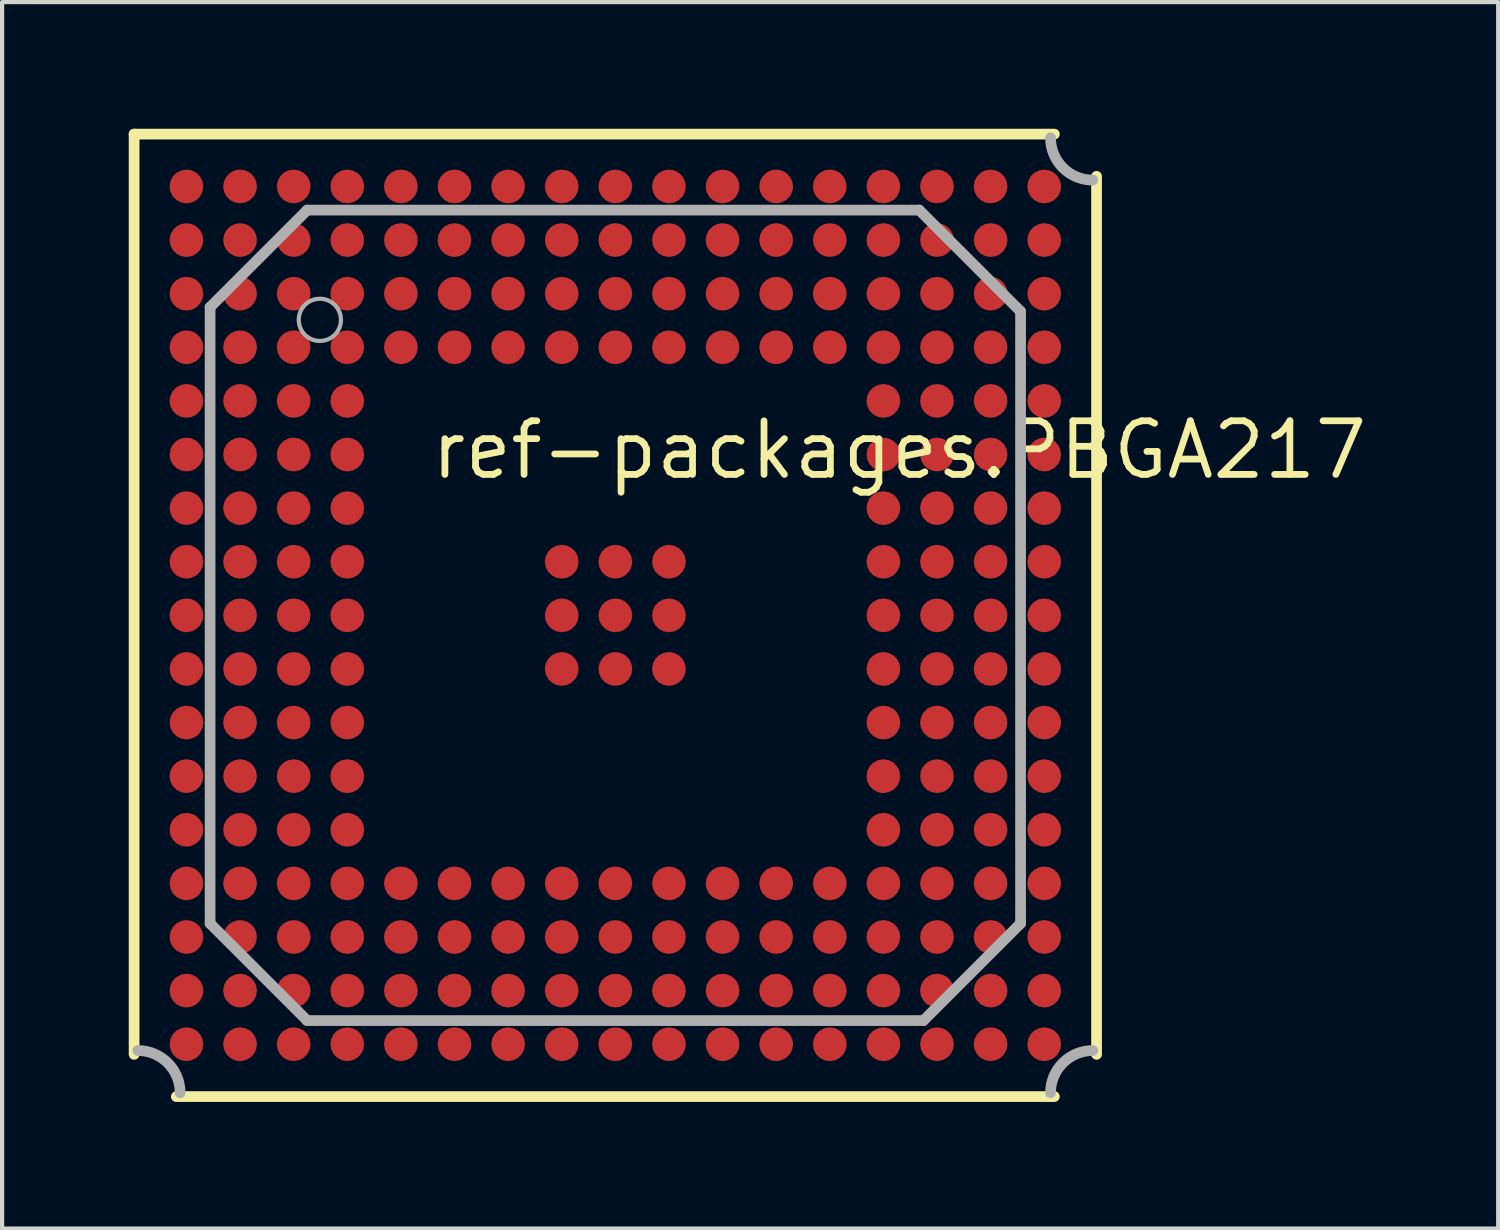
<source format=kicad_pcb>
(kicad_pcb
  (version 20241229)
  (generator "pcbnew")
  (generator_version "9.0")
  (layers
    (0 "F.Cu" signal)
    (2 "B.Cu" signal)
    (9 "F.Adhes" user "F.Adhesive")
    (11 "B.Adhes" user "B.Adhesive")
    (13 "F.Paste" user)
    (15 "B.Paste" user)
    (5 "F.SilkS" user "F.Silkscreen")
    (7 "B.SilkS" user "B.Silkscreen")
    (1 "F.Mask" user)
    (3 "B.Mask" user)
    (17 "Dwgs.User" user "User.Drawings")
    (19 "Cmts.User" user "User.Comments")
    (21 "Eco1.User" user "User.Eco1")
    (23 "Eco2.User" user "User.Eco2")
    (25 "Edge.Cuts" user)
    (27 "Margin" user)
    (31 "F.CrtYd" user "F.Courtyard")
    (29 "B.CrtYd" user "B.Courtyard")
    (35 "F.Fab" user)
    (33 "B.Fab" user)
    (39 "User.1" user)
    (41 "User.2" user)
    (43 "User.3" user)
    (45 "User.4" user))
  (footprint "ref-packages.PBGA217"
    (layer "F.Cu")
    (at 11.527 11.527)
    (property "Reference" "ref-packages.PBGA217" (at -4.445 -3.175 0) (layer "F.SilkS") (effects (font (size 1.27 1.27) (thickness 0.16)) (justify left bottom)))
    (attr smd)
    (fp_line (start -11.4 -11.4) (end 10.4 -11.4) (stroke (width 0.254) (type default)) (layer "F.SilkS"))
    (fp_line (start -11.4 10.4) (end -11.4 -11.4) (stroke (width 0.254) (type default)) (layer "F.SilkS"))
    (fp_line (start 10.4 11.4) (end -10.4 11.4) (stroke (width 0.254) (type default)) (layer "F.SilkS"))
    (fp_line (start 11.4 -10.4) (end 11.4 10.4) (stroke (width 0.254) (type default)) (layer "F.SilkS"))
    (fp_line (start -9.6 -7.3) (end -7.3 -9.6) (stroke (width 0.254) (type default)) (layer "F.Fab"))
    (fp_line (start -9.6 7.3) (end -9.6 -7.3) (stroke (width 0.254) (type default)) (layer "F.Fab"))
    (fp_line (start -7.3 -9.6) (end 7.2 -9.6) (stroke (width 0.254) (type default)) (layer "F.Fab"))
    (fp_line (start -7.3 9.6) (end -9.6 7.3) (stroke (width 0.254) (type default)) (layer "F.Fab"))
    (fp_line (start 7.2 -9.6) (end 9.6 -7.2) (stroke (width 0.254) (type default)) (layer "F.Fab"))
    (fp_line (start 7.3 9.6) (end -7.3 9.6) (stroke (width 0.254) (type default)) (layer "F.Fab"))
    (fp_line (start 9.6 -7.2) (end 9.6 7.3) (stroke (width 0.254) (type default)) (layer "F.Fab"))
    (fp_line (start 9.6 7.3) (end 7.3 9.6) (stroke (width 0.254) (type default)) (layer "F.Fab"))
    (fp_arc (start -11.3102 10.3102) (mid -10.603123 10.603123) (end -10.3102 11.3102) (stroke (width 0.254) (type default)) (layer "F.Fab"))
    (fp_arc (start 10.3102 11.3102) (mid 10.603123 10.603123) (end 11.3102 10.3102) (stroke (width 0.254) (type default)) (layer "F.Fab"))
    (fp_arc (start 11.3102 -10.3102) (mid 10.603123 -10.603123) (end 10.3102 -11.3102) (stroke (width 0.254) (type default)) (layer "F.Fab"))
    (fp_circle (center -7 -7) (end -6.5 -7) (stroke (width 0.1) (type default)) (fill no) (layer "F.Fab"))
    (pad "A1" smd roundrect (at -10.16 -10.16) (size 0.8 0.8) (layers "F.Cu" "F.Mask" "F.Paste") (roundrect_rratio 0.5))
    (pad "A2" smd roundrect (at -8.89 -10.16) (size 0.8 0.8) (layers "F.Cu" "F.Mask" "F.Paste") (roundrect_rratio 0.5))
    (pad "A3" smd roundrect (at -7.62 -10.16) (size 0.8 0.8) (layers "F.Cu" "F.Mask" "F.Paste") (roundrect_rratio 0.5))
    (pad "A4" smd roundrect (at -6.35 -10.16) (size 0.8 0.8) (layers "F.Cu" "F.Mask" "F.Paste") (roundrect_rratio 0.5))
    (pad "A5" smd roundrect (at -5.08 -10.16) (size 0.8 0.8) (layers "F.Cu" "F.Mask" "F.Paste") (roundrect_rratio 0.5))
    (pad "A6" smd roundrect (at -3.81 -10.16) (size 0.8 0.8) (layers "F.Cu" "F.Mask" "F.Paste") (roundrect_rratio 0.5))
    (pad "A7" smd roundrect (at -2.54 -10.16) (size 0.8 0.8) (layers "F.Cu" "F.Mask" "F.Paste") (roundrect_rratio 0.5))
    (pad "A8" smd roundrect (at -1.27 -10.16) (size 0.8 0.8) (layers "F.Cu" "F.Mask" "F.Paste") (roundrect_rratio 0.5))
    (pad "A9" smd roundrect (at 0 -10.16) (size 0.8 0.8) (layers "F.Cu" "F.Mask" "F.Paste") (roundrect_rratio 0.5))
    (pad "A10" smd roundrect (at 1.27 -10.16) (size 0.8 0.8) (layers "F.Cu" "F.Mask" "F.Paste") (roundrect_rratio 0.5))
    (pad "A11" smd roundrect (at 2.54 -10.16) (size 0.8 0.8) (layers "F.Cu" "F.Mask" "F.Paste") (roundrect_rratio 0.5))
    (pad "A12" smd roundrect (at 3.81 -10.16) (size 0.8 0.8) (layers "F.Cu" "F.Mask" "F.Paste") (roundrect_rratio 0.5))
    (pad "A13" smd roundrect (at 5.08 -10.16) (size 0.8 0.8) (layers "F.Cu" "F.Mask" "F.Paste") (roundrect_rratio 0.5))
    (pad "A14" smd roundrect (at 6.35 -10.16) (size 0.8 0.8) (layers "F.Cu" "F.Mask" "F.Paste") (roundrect_rratio 0.5))
    (pad "A15" smd roundrect (at 7.62 -10.16) (size 0.8 0.8) (layers "F.Cu" "F.Mask" "F.Paste") (roundrect_rratio 0.5))
    (pad "A16" smd roundrect (at 8.89 -10.16) (size 0.8 0.8) (layers "F.Cu" "F.Mask" "F.Paste") (roundrect_rratio 0.5))
    (pad "A17" smd roundrect (at 10.16 -10.16) (size 0.8 0.8) (layers "F.Cu" "F.Mask" "F.Paste") (roundrect_rratio 0.5))
    (pad "B1" smd roundrect (at -10.16 -8.89) (size 0.8 0.8) (layers "F.Cu" "F.Mask" "F.Paste") (roundrect_rratio 0.5))
    (pad "B2" smd roundrect (at -8.89 -8.89) (size 0.8 0.8) (layers "F.Cu" "F.Mask" "F.Paste") (roundrect_rratio 0.5))
    (pad "B3" smd roundrect (at -7.62 -8.89) (size 0.8 0.8) (layers "F.Cu" "F.Mask" "F.Paste") (roundrect_rratio 0.5))
    (pad "B4" smd roundrect (at -6.35 -8.89) (size 0.8 0.8) (layers "F.Cu" "F.Mask" "F.Paste") (roundrect_rratio 0.5))
    (pad "B5" smd roundrect (at -5.08 -8.89) (size 0.8 0.8) (layers "F.Cu" "F.Mask" "F.Paste") (roundrect_rratio 0.5))
    (pad "B6" smd roundrect (at -3.81 -8.89) (size 0.8 0.8) (layers "F.Cu" "F.Mask" "F.Paste") (roundrect_rratio 0.5))
    (pad "B7" smd roundrect (at -2.54 -8.89) (size 0.8 0.8) (layers "F.Cu" "F.Mask" "F.Paste") (roundrect_rratio 0.5))
    (pad "B8" smd roundrect (at -1.27 -8.89) (size 0.8 0.8) (layers "F.Cu" "F.Mask" "F.Paste") (roundrect_rratio 0.5))
    (pad "B9" smd roundrect (at 0 -8.89) (size 0.8 0.8) (layers "F.Cu" "F.Mask" "F.Paste") (roundrect_rratio 0.5))
    (pad "B10" smd roundrect (at 1.27 -8.89) (size 0.8 0.8) (layers "F.Cu" "F.Mask" "F.Paste") (roundrect_rratio 0.5))
    (pad "B11" smd roundrect (at 2.54 -8.89) (size 0.8 0.8) (layers "F.Cu" "F.Mask" "F.Paste") (roundrect_rratio 0.5))
    (pad "B12" smd roundrect (at 3.81 -8.89) (size 0.8 0.8) (layers "F.Cu" "F.Mask" "F.Paste") (roundrect_rratio 0.5))
    (pad "B13" smd roundrect (at 5.08 -8.89) (size 0.8 0.8) (layers "F.Cu" "F.Mask" "F.Paste") (roundrect_rratio 0.5))
    (pad "B14" smd roundrect (at 6.35 -8.89) (size 0.8 0.8) (layers "F.Cu" "F.Mask" "F.Paste") (roundrect_rratio 0.5))
    (pad "B15" smd roundrect (at 7.62 -8.89) (size 0.8 0.8) (layers "F.Cu" "F.Mask" "F.Paste") (roundrect_rratio 0.5))
    (pad "B16" smd roundrect (at 8.89 -8.89) (size 0.8 0.8) (layers "F.Cu" "F.Mask" "F.Paste") (roundrect_rratio 0.5))
    (pad "B17" smd roundrect (at 10.16 -8.89) (size 0.8 0.8) (layers "F.Cu" "F.Mask" "F.Paste") (roundrect_rratio 0.5))
    (pad "C1" smd roundrect (at -10.16 -7.62) (size 0.8 0.8) (layers "F.Cu" "F.Mask" "F.Paste") (roundrect_rratio 0.5))
    (pad "C2" smd roundrect (at -8.89 -7.62) (size 0.8 0.8) (layers "F.Cu" "F.Mask" "F.Paste") (roundrect_rratio 0.5))
    (pad "C3" smd roundrect (at -7.62 -7.62) (size 0.8 0.8) (layers "F.Cu" "F.Mask" "F.Paste") (roundrect_rratio 0.5))
    (pad "C4" smd roundrect (at -6.35 -7.62) (size 0.8 0.8) (layers "F.Cu" "F.Mask" "F.Paste") (roundrect_rratio 0.5))
    (pad "C5" smd roundrect (at -5.08 -7.62) (size 0.8 0.8) (layers "F.Cu" "F.Mask" "F.Paste") (roundrect_rratio 0.5))
    (pad "C6" smd roundrect (at -3.81 -7.62) (size 0.8 0.8) (layers "F.Cu" "F.Mask" "F.Paste") (roundrect_rratio 0.5))
    (pad "C7" smd roundrect (at -2.54 -7.62) (size 0.8 0.8) (layers "F.Cu" "F.Mask" "F.Paste") (roundrect_rratio 0.5))
    (pad "C8" smd roundrect (at -1.27 -7.62) (size 0.8 0.8) (layers "F.Cu" "F.Mask" "F.Paste") (roundrect_rratio 0.5))
    (pad "C9" smd roundrect (at 0 -7.62) (size 0.8 0.8) (layers "F.Cu" "F.Mask" "F.Paste") (roundrect_rratio 0.5))
    (pad "C10" smd roundrect (at 1.27 -7.62) (size 0.8 0.8) (layers "F.Cu" "F.Mask" "F.Paste") (roundrect_rratio 0.5))
    (pad "C11" smd roundrect (at 2.54 -7.62) (size 0.8 0.8) (layers "F.Cu" "F.Mask" "F.Paste") (roundrect_rratio 0.5))
    (pad "C12" smd roundrect (at 3.81 -7.62) (size 0.8 0.8) (layers "F.Cu" "F.Mask" "F.Paste") (roundrect_rratio 0.5))
    (pad "C13" smd roundrect (at 5.08 -7.62) (size 0.8 0.8) (layers "F.Cu" "F.Mask" "F.Paste") (roundrect_rratio 0.5))
    (pad "C14" smd roundrect (at 6.35 -7.62) (size 0.8 0.8) (layers "F.Cu" "F.Mask" "F.Paste") (roundrect_rratio 0.5))
    (pad "C15" smd roundrect (at 7.62 -7.62) (size 0.8 0.8) (layers "F.Cu" "F.Mask" "F.Paste") (roundrect_rratio 0.5))
    (pad "C16" smd roundrect (at 8.89 -7.62) (size 0.8 0.8) (layers "F.Cu" "F.Mask" "F.Paste") (roundrect_rratio 0.5))
    (pad "C17" smd roundrect (at 10.16 -7.62) (size 0.8 0.8) (layers "F.Cu" "F.Mask" "F.Paste") (roundrect_rratio 0.5))
    (pad "D1" smd roundrect (at -10.16 -6.35) (size 0.8 0.8) (layers "F.Cu" "F.Mask" "F.Paste") (roundrect_rratio 0.5))
    (pad "D2" smd roundrect (at -8.89 -6.35) (size 0.8 0.8) (layers "F.Cu" "F.Mask" "F.Paste") (roundrect_rratio 0.5))
    (pad "D3" smd roundrect (at -7.62 -6.35) (size 0.8 0.8) (layers "F.Cu" "F.Mask" "F.Paste") (roundrect_rratio 0.5))
    (pad "D4" smd roundrect (at -6.35 -6.35) (size 0.8 0.8) (layers "F.Cu" "F.Mask" "F.Paste") (roundrect_rratio 0.5))
    (pad "D5" smd roundrect (at -5.08 -6.35) (size 0.8 0.8) (layers "F.Cu" "F.Mask" "F.Paste") (roundrect_rratio 0.5))
    (pad "D6" smd roundrect (at -3.81 -6.35) (size 0.8 0.8) (layers "F.Cu" "F.Mask" "F.Paste") (roundrect_rratio 0.5))
    (pad "D7" smd roundrect (at -2.54 -6.35) (size 0.8 0.8) (layers "F.Cu" "F.Mask" "F.Paste") (roundrect_rratio 0.5))
    (pad "D8" smd roundrect (at -1.27 -6.35) (size 0.8 0.8) (layers "F.Cu" "F.Mask" "F.Paste") (roundrect_rratio 0.5))
    (pad "D9" smd roundrect (at 0 -6.35) (size 0.8 0.8) (layers "F.Cu" "F.Mask" "F.Paste") (roundrect_rratio 0.5))
    (pad "D10" smd roundrect (at 1.27 -6.35) (size 0.8 0.8) (layers "F.Cu" "F.Mask" "F.Paste") (roundrect_rratio 0.5))
    (pad "D11" smd roundrect (at 2.54 -6.35) (size 0.8 0.8) (layers "F.Cu" "F.Mask" "F.Paste") (roundrect_rratio 0.5))
    (pad "D12" smd roundrect (at 3.81 -6.35) (size 0.8 0.8) (layers "F.Cu" "F.Mask" "F.Paste") (roundrect_rratio 0.5))
    (pad "D13" smd roundrect (at 5.08 -6.35) (size 0.8 0.8) (layers "F.Cu" "F.Mask" "F.Paste") (roundrect_rratio 0.5))
    (pad "D14" smd roundrect (at 6.35 -6.35) (size 0.8 0.8) (layers "F.Cu" "F.Mask" "F.Paste") (roundrect_rratio 0.5))
    (pad "D15" smd roundrect (at 7.62 -6.35) (size 0.8 0.8) (layers "F.Cu" "F.Mask" "F.Paste") (roundrect_rratio 0.5))
    (pad "D16" smd roundrect (at 8.89 -6.35) (size 0.8 0.8) (layers "F.Cu" "F.Mask" "F.Paste") (roundrect_rratio 0.5))
    (pad "D17" smd roundrect (at 10.16 -6.35) (size 0.8 0.8) (layers "F.Cu" "F.Mask" "F.Paste") (roundrect_rratio 0.5))
    (pad "E1" smd roundrect (at -10.16 -5.08) (size 0.8 0.8) (layers "F.Cu" "F.Mask" "F.Paste") (roundrect_rratio 0.5))
    (pad "E2" smd roundrect (at -8.89 -5.08) (size 0.8 0.8) (layers "F.Cu" "F.Mask" "F.Paste") (roundrect_rratio 0.5))
    (pad "E3" smd roundrect (at -7.62 -5.08) (size 0.8 0.8) (layers "F.Cu" "F.Mask" "F.Paste") (roundrect_rratio 0.5))
    (pad "E4" smd roundrect (at -6.35 -5.08) (size 0.8 0.8) (layers "F.Cu" "F.Mask" "F.Paste") (roundrect_rratio 0.5))
    (pad "E14" smd roundrect (at 6.35 -5.08) (size 0.8 0.8) (layers "F.Cu" "F.Mask" "F.Paste") (roundrect_rratio 0.5))
    (pad "E15" smd roundrect (at 7.62 -5.08) (size 0.8 0.8) (layers "F.Cu" "F.Mask" "F.Paste") (roundrect_rratio 0.5))
    (pad "E16" smd roundrect (at 8.89 -5.08) (size 0.8 0.8) (layers "F.Cu" "F.Mask" "F.Paste") (roundrect_rratio 0.5))
    (pad "E17" smd roundrect (at 10.16 -5.08) (size 0.8 0.8) (layers "F.Cu" "F.Mask" "F.Paste") (roundrect_rratio 0.5))
    (pad "F1" smd roundrect (at -10.16 -3.81) (size 0.8 0.8) (layers "F.Cu" "F.Mask" "F.Paste") (roundrect_rratio 0.5))
    (pad "F2" smd roundrect (at -8.89 -3.81) (size 0.8 0.8) (layers "F.Cu" "F.Mask" "F.Paste") (roundrect_rratio 0.5))
    (pad "F3" smd roundrect (at -7.62 -3.81) (size 0.8 0.8) (layers "F.Cu" "F.Mask" "F.Paste") (roundrect_rratio 0.5))
    (pad "F4" smd roundrect (at -6.35 -3.81) (size 0.8 0.8) (layers "F.Cu" "F.Mask" "F.Paste") (roundrect_rratio 0.5))
    (pad "F14" smd roundrect (at 6.35 -3.81) (size 0.8 0.8) (layers "F.Cu" "F.Mask" "F.Paste") (roundrect_rratio 0.5))
    (pad "F15" smd roundrect (at 7.62 -3.81) (size 0.8 0.8) (layers "F.Cu" "F.Mask" "F.Paste") (roundrect_rratio 0.5))
    (pad "F16" smd roundrect (at 8.89 -3.81) (size 0.8 0.8) (layers "F.Cu" "F.Mask" "F.Paste") (roundrect_rratio 0.5))
    (pad "F17" smd roundrect (at 10.16 -3.81) (size 0.8 0.8) (layers "F.Cu" "F.Mask" "F.Paste") (roundrect_rratio 0.5))
    (pad "G1" smd roundrect (at -10.16 -2.54) (size 0.8 0.8) (layers "F.Cu" "F.Mask" "F.Paste") (roundrect_rratio 0.5))
    (pad "G2" smd roundrect (at -8.89 -2.54) (size 0.8 0.8) (layers "F.Cu" "F.Mask" "F.Paste") (roundrect_rratio 0.5))
    (pad "G3" smd roundrect (at -7.62 -2.54) (size 0.8 0.8) (layers "F.Cu" "F.Mask" "F.Paste") (roundrect_rratio 0.5))
    (pad "G4" smd roundrect (at -6.35 -2.54) (size 0.8 0.8) (layers "F.Cu" "F.Mask" "F.Paste") (roundrect_rratio 0.5))
    (pad "G14" smd roundrect (at 6.35 -2.54) (size 0.8 0.8) (layers "F.Cu" "F.Mask" "F.Paste") (roundrect_rratio 0.5))
    (pad "G15" smd roundrect (at 7.62 -2.54) (size 0.8 0.8) (layers "F.Cu" "F.Mask" "F.Paste") (roundrect_rratio 0.5))
    (pad "G16" smd roundrect (at 8.89 -2.54) (size 0.8 0.8) (layers "F.Cu" "F.Mask" "F.Paste") (roundrect_rratio 0.5))
    (pad "G17" smd roundrect (at 10.16 -2.54) (size 0.8 0.8) (layers "F.Cu" "F.Mask" "F.Paste") (roundrect_rratio 0.5))
    (pad "H1" smd roundrect (at -10.16 -1.27) (size 0.8 0.8) (layers "F.Cu" "F.Mask" "F.Paste") (roundrect_rratio 0.5))
    (pad "H2" smd roundrect (at -8.89 -1.27) (size 0.8 0.8) (layers "F.Cu" "F.Mask" "F.Paste") (roundrect_rratio 0.5))
    (pad "H3" smd roundrect (at -7.62 -1.27) (size 0.8 0.8) (layers "F.Cu" "F.Mask" "F.Paste") (roundrect_rratio 0.5))
    (pad "H4" smd roundrect (at -6.35 -1.27) (size 0.8 0.8) (layers "F.Cu" "F.Mask" "F.Paste") (roundrect_rratio 0.5))
    (pad "H8" smd roundrect (at -1.27 -1.27) (size 0.8 0.8) (layers "F.Cu" "F.Mask" "F.Paste") (roundrect_rratio 0.5))
    (pad "H9" smd roundrect (at 0 -1.27) (size 0.8 0.8) (layers "F.Cu" "F.Mask" "F.Paste") (roundrect_rratio 0.5))
    (pad "H10" smd roundrect (at 1.27 -1.27) (size 0.8 0.8) (layers "F.Cu" "F.Mask" "F.Paste") (roundrect_rratio 0.5))
    (pad "H14" smd roundrect (at 6.35 -1.27) (size 0.8 0.8) (layers "F.Cu" "F.Mask" "F.Paste") (roundrect_rratio 0.5))
    (pad "H15" smd roundrect (at 7.62 -1.27) (size 0.8 0.8) (layers "F.Cu" "F.Mask" "F.Paste") (roundrect_rratio 0.5))
    (pad "H16" smd roundrect (at 8.89 -1.27) (size 0.8 0.8) (layers "F.Cu" "F.Mask" "F.Paste") (roundrect_rratio 0.5))
    (pad "H17" smd roundrect (at 10.16 -1.27) (size 0.8 0.8) (layers "F.Cu" "F.Mask" "F.Paste") (roundrect_rratio 0.5))
    (pad "J1" smd roundrect (at -10.16 0) (size 0.8 0.8) (layers "F.Cu" "F.Mask" "F.Paste") (roundrect_rratio 0.5))
    (pad "J2" smd roundrect (at -8.89 0) (size 0.8 0.8) (layers "F.Cu" "F.Mask" "F.Paste") (roundrect_rratio 0.5))
    (pad "J3" smd roundrect (at -7.62 0) (size 0.8 0.8) (layers "F.Cu" "F.Mask" "F.Paste") (roundrect_rratio 0.5))
    (pad "J4" smd roundrect (at -6.35 0) (size 0.8 0.8) (layers "F.Cu" "F.Mask" "F.Paste") (roundrect_rratio 0.5))
    (pad "J8" smd roundrect (at -1.27 0) (size 0.8 0.8) (layers "F.Cu" "F.Mask" "F.Paste") (roundrect_rratio 0.5))
    (pad "J9" smd roundrect (at 0 0) (size 0.8 0.8) (layers "F.Cu" "F.Mask" "F.Paste") (roundrect_rratio 0.5))
    (pad "J10" smd roundrect (at 1.27 0) (size 0.8 0.8) (layers "F.Cu" "F.Mask" "F.Paste") (roundrect_rratio 0.5))
    (pad "J14" smd roundrect (at 6.35 0) (size 0.8 0.8) (layers "F.Cu" "F.Mask" "F.Paste") (roundrect_rratio 0.5))
    (pad "J15" smd roundrect (at 7.62 0) (size 0.8 0.8) (layers "F.Cu" "F.Mask" "F.Paste") (roundrect_rratio 0.5))
    (pad "J16" smd roundrect (at 8.89 0) (size 0.8 0.8) (layers "F.Cu" "F.Mask" "F.Paste") (roundrect_rratio 0.5))
    (pad "J17" smd roundrect (at 10.16 0) (size 0.8 0.8) (layers "F.Cu" "F.Mask" "F.Paste") (roundrect_rratio 0.5))
    (pad "K1" smd roundrect (at -10.16 1.27) (size 0.8 0.8) (layers "F.Cu" "F.Mask" "F.Paste") (roundrect_rratio 0.5))
    (pad "K2" smd roundrect (at -8.89 1.27) (size 0.8 0.8) (layers "F.Cu" "F.Mask" "F.Paste") (roundrect_rratio 0.5))
    (pad "K3" smd roundrect (at -7.62 1.27) (size 0.8 0.8) (layers "F.Cu" "F.Mask" "F.Paste") (roundrect_rratio 0.5))
    (pad "K4" smd roundrect (at -6.35 1.27) (size 0.8 0.8) (layers "F.Cu" "F.Mask" "F.Paste") (roundrect_rratio 0.5))
    (pad "K8" smd roundrect (at -1.27 1.27) (size 0.8 0.8) (layers "F.Cu" "F.Mask" "F.Paste") (roundrect_rratio 0.5))
    (pad "K9" smd roundrect (at 0 1.27) (size 0.8 0.8) (layers "F.Cu" "F.Mask" "F.Paste") (roundrect_rratio 0.5))
    (pad "K10" smd roundrect (at 1.27 1.27) (size 0.8 0.8) (layers "F.Cu" "F.Mask" "F.Paste") (roundrect_rratio 0.5))
    (pad "K14" smd roundrect (at 6.35 1.27) (size 0.8 0.8) (layers "F.Cu" "F.Mask" "F.Paste") (roundrect_rratio 0.5))
    (pad "K15" smd roundrect (at 7.62 1.27) (size 0.8 0.8) (layers "F.Cu" "F.Mask" "F.Paste") (roundrect_rratio 0.5))
    (pad "K16" smd roundrect (at 8.89 1.27) (size 0.8 0.8) (layers "F.Cu" "F.Mask" "F.Paste") (roundrect_rratio 0.5))
    (pad "K17" smd roundrect (at 10.16 1.27) (size 0.8 0.8) (layers "F.Cu" "F.Mask" "F.Paste") (roundrect_rratio 0.5))
    (pad "L1" smd roundrect (at -10.16 2.54) (size 0.8 0.8) (layers "F.Cu" "F.Mask" "F.Paste") (roundrect_rratio 0.5))
    (pad "L2" smd roundrect (at -8.89 2.54) (size 0.8 0.8) (layers "F.Cu" "F.Mask" "F.Paste") (roundrect_rratio 0.5))
    (pad "L3" smd roundrect (at -7.62 2.54) (size 0.8 0.8) (layers "F.Cu" "F.Mask" "F.Paste") (roundrect_rratio 0.5))
    (pad "L4" smd roundrect (at -6.35 2.54) (size 0.8 0.8) (layers "F.Cu" "F.Mask" "F.Paste") (roundrect_rratio 0.5))
    (pad "L14" smd roundrect (at 6.35 2.54) (size 0.8 0.8) (layers "F.Cu" "F.Mask" "F.Paste") (roundrect_rratio 0.5))
    (pad "L15" smd roundrect (at 7.62 2.54) (size 0.8 0.8) (layers "F.Cu" "F.Mask" "F.Paste") (roundrect_rratio 0.5))
    (pad "L16" smd roundrect (at 8.89 2.54) (size 0.8 0.8) (layers "F.Cu" "F.Mask" "F.Paste") (roundrect_rratio 0.5))
    (pad "L17" smd roundrect (at 10.16 2.54) (size 0.8 0.8) (layers "F.Cu" "F.Mask" "F.Paste") (roundrect_rratio 0.5))
    (pad "M1" smd roundrect (at -10.16 3.81) (size 0.8 0.8) (layers "F.Cu" "F.Mask" "F.Paste") (roundrect_rratio 0.5))
    (pad "M2" smd roundrect (at -8.89 3.81) (size 0.8 0.8) (layers "F.Cu" "F.Mask" "F.Paste") (roundrect_rratio 0.5))
    (pad "M3" smd roundrect (at -7.62 3.81) (size 0.8 0.8) (layers "F.Cu" "F.Mask" "F.Paste") (roundrect_rratio 0.5))
    (pad "M4" smd roundrect (at -6.35 3.81) (size 0.8 0.8) (layers "F.Cu" "F.Mask" "F.Paste") (roundrect_rratio 0.5))
    (pad "M14" smd roundrect (at 6.35 3.81) (size 0.8 0.8) (layers "F.Cu" "F.Mask" "F.Paste") (roundrect_rratio 0.5))
    (pad "M15" smd roundrect (at 7.62 3.81) (size 0.8 0.8) (layers "F.Cu" "F.Mask" "F.Paste") (roundrect_rratio 0.5))
    (pad "M16" smd roundrect (at 8.89 3.81) (size 0.8 0.8) (layers "F.Cu" "F.Mask" "F.Paste") (roundrect_rratio 0.5))
    (pad "M17" smd roundrect (at 10.16 3.81) (size 0.8 0.8) (layers "F.Cu" "F.Mask" "F.Paste") (roundrect_rratio 0.5))
    (pad "N1" smd roundrect (at -10.16 5.08) (size 0.8 0.8) (layers "F.Cu" "F.Mask" "F.Paste") (roundrect_rratio 0.5))
    (pad "N2" smd roundrect (at -8.89 5.08) (size 0.8 0.8) (layers "F.Cu" "F.Mask" "F.Paste") (roundrect_rratio 0.5))
    (pad "N3" smd roundrect (at -7.62 5.08) (size 0.8 0.8) (layers "F.Cu" "F.Mask" "F.Paste") (roundrect_rratio 0.5))
    (pad "N4" smd roundrect (at -6.35 5.08) (size 0.8 0.8) (layers "F.Cu" "F.Mask" "F.Paste") (roundrect_rratio 0.5))
    (pad "N14" smd roundrect (at 6.35 5.08) (size 0.8 0.8) (layers "F.Cu" "F.Mask" "F.Paste") (roundrect_rratio 0.5))
    (pad "N15" smd roundrect (at 7.62 5.08) (size 0.8 0.8) (layers "F.Cu" "F.Mask" "F.Paste") (roundrect_rratio 0.5))
    (pad "N16" smd roundrect (at 8.89 5.08) (size 0.8 0.8) (layers "F.Cu" "F.Mask" "F.Paste") (roundrect_rratio 0.5))
    (pad "N17" smd roundrect (at 10.16 5.08) (size 0.8 0.8) (layers "F.Cu" "F.Mask" "F.Paste") (roundrect_rratio 0.5))
    (pad "P1" smd roundrect (at -10.16 6.35) (size 0.8 0.8) (layers "F.Cu" "F.Mask" "F.Paste") (roundrect_rratio 0.5))
    (pad "P2" smd roundrect (at -8.89 6.35) (size 0.8 0.8) (layers "F.Cu" "F.Mask" "F.Paste") (roundrect_rratio 0.5))
    (pad "P3" smd roundrect (at -7.62 6.35) (size 0.8 0.8) (layers "F.Cu" "F.Mask" "F.Paste") (roundrect_rratio 0.5))
    (pad "P4" smd roundrect (at -6.35 6.35) (size 0.8 0.8) (layers "F.Cu" "F.Mask" "F.Paste") (roundrect_rratio 0.5))
    (pad "P5" smd roundrect (at -5.08 6.35) (size 0.8 0.8) (layers "F.Cu" "F.Mask" "F.Paste") (roundrect_rratio 0.5))
    (pad "P6" smd roundrect (at -3.81 6.35) (size 0.8 0.8) (layers "F.Cu" "F.Mask" "F.Paste") (roundrect_rratio 0.5))
    (pad "P7" smd roundrect (at -2.54 6.35) (size 0.8 0.8) (layers "F.Cu" "F.Mask" "F.Paste") (roundrect_rratio 0.5))
    (pad "P8" smd roundrect (at -1.27 6.35) (size 0.8 0.8) (layers "F.Cu" "F.Mask" "F.Paste") (roundrect_rratio 0.5))
    (pad "P9" smd roundrect (at 0 6.35) (size 0.8 0.8) (layers "F.Cu" "F.Mask" "F.Paste") (roundrect_rratio 0.5))
    (pad "P10" smd roundrect (at 1.27 6.35) (size 0.8 0.8) (layers "F.Cu" "F.Mask" "F.Paste") (roundrect_rratio 0.5))
    (pad "P11" smd roundrect (at 2.54 6.35) (size 0.8 0.8) (layers "F.Cu" "F.Mask" "F.Paste") (roundrect_rratio 0.5))
    (pad "P12" smd roundrect (at 3.81 6.35) (size 0.8 0.8) (layers "F.Cu" "F.Mask" "F.Paste") (roundrect_rratio 0.5))
    (pad "P13" smd roundrect (at 5.08 6.35) (size 0.8 0.8) (layers "F.Cu" "F.Mask" "F.Paste") (roundrect_rratio 0.5))
    (pad "P14" smd roundrect (at 6.35 6.35) (size 0.8 0.8) (layers "F.Cu" "F.Mask" "F.Paste") (roundrect_rratio 0.5))
    (pad "P15" smd roundrect (at 7.62 6.35) (size 0.8 0.8) (layers "F.Cu" "F.Mask" "F.Paste") (roundrect_rratio 0.5))
    (pad "P16" smd roundrect (at 8.89 6.35) (size 0.8 0.8) (layers "F.Cu" "F.Mask" "F.Paste") (roundrect_rratio 0.5))
    (pad "P17" smd roundrect (at 10.16 6.35) (size 0.8 0.8) (layers "F.Cu" "F.Mask" "F.Paste") (roundrect_rratio 0.5))
    (pad "R1" smd roundrect (at -10.16 7.62) (size 0.8 0.8) (layers "F.Cu" "F.Mask" "F.Paste") (roundrect_rratio 0.5))
    (pad "R2" smd roundrect (at -8.89 7.62) (size 0.8 0.8) (layers "F.Cu" "F.Mask" "F.Paste") (roundrect_rratio 0.5))
    (pad "R3" smd roundrect (at -7.62 7.62) (size 0.8 0.8) (layers "F.Cu" "F.Mask" "F.Paste") (roundrect_rratio 0.5))
    (pad "R4" smd roundrect (at -6.35 7.62) (size 0.8 0.8) (layers "F.Cu" "F.Mask" "F.Paste") (roundrect_rratio 0.5))
    (pad "R5" smd roundrect (at -5.08 7.62) (size 0.8 0.8) (layers "F.Cu" "F.Mask" "F.Paste") (roundrect_rratio 0.5))
    (pad "R6" smd roundrect (at -3.81 7.62) (size 0.8 0.8) (layers "F.Cu" "F.Mask" "F.Paste") (roundrect_rratio 0.5))
    (pad "R7" smd roundrect (at -2.54 7.62) (size 0.8 0.8) (layers "F.Cu" "F.Mask" "F.Paste") (roundrect_rratio 0.5))
    (pad "R8" smd roundrect (at -1.27 7.62) (size 0.8 0.8) (layers "F.Cu" "F.Mask" "F.Paste") (roundrect_rratio 0.5))
    (pad "R9" smd roundrect (at 0 7.62) (size 0.8 0.8) (layers "F.Cu" "F.Mask" "F.Paste") (roundrect_rratio 0.5))
    (pad "R10" smd roundrect (at 1.27 7.62) (size 0.8 0.8) (layers "F.Cu" "F.Mask" "F.Paste") (roundrect_rratio 0.5))
    (pad "R11" smd roundrect (at 2.54 7.62) (size 0.8 0.8) (layers "F.Cu" "F.Mask" "F.Paste") (roundrect_rratio 0.5))
    (pad "R12" smd roundrect (at 3.81 7.62) (size 0.8 0.8) (layers "F.Cu" "F.Mask" "F.Paste") (roundrect_rratio 0.5))
    (pad "R13" smd roundrect (at 5.08 7.62) (size 0.8 0.8) (layers "F.Cu" "F.Mask" "F.Paste") (roundrect_rratio 0.5))
    (pad "R14" smd roundrect (at 6.35 7.62) (size 0.8 0.8) (layers "F.Cu" "F.Mask" "F.Paste") (roundrect_rratio 0.5))
    (pad "R15" smd roundrect (at 7.62 7.62) (size 0.8 0.8) (layers "F.Cu" "F.Mask" "F.Paste") (roundrect_rratio 0.5))
    (pad "R16" smd roundrect (at 8.89 7.62) (size 0.8 0.8) (layers "F.Cu" "F.Mask" "F.Paste") (roundrect_rratio 0.5))
    (pad "R17" smd roundrect (at 10.16 7.62) (size 0.8 0.8) (layers "F.Cu" "F.Mask" "F.Paste") (roundrect_rratio 0.5))
    (pad "T1" smd roundrect (at -10.16 8.89) (size 0.8 0.8) (layers "F.Cu" "F.Mask" "F.Paste") (roundrect_rratio 0.5))
    (pad "T2" smd roundrect (at -8.89 8.89) (size 0.8 0.8) (layers "F.Cu" "F.Mask" "F.Paste") (roundrect_rratio 0.5))
    (pad "T3" smd roundrect (at -7.62 8.89) (size 0.8 0.8) (layers "F.Cu" "F.Mask" "F.Paste") (roundrect_rratio 0.5))
    (pad "T4" smd roundrect (at -6.35 8.89) (size 0.8 0.8) (layers "F.Cu" "F.Mask" "F.Paste") (roundrect_rratio 0.5))
    (pad "T5" smd roundrect (at -5.08 8.89) (size 0.8 0.8) (layers "F.Cu" "F.Mask" "F.Paste") (roundrect_rratio 0.5))
    (pad "T6" smd roundrect (at -3.81 8.89) (size 0.8 0.8) (layers "F.Cu" "F.Mask" "F.Paste") (roundrect_rratio 0.5))
    (pad "T7" smd roundrect (at -2.54 8.89) (size 0.8 0.8) (layers "F.Cu" "F.Mask" "F.Paste") (roundrect_rratio 0.5))
    (pad "T8" smd roundrect (at -1.27 8.89) (size 0.8 0.8) (layers "F.Cu" "F.Mask" "F.Paste") (roundrect_rratio 0.5))
    (pad "T9" smd roundrect (at 0 8.89) (size 0.8 0.8) (layers "F.Cu" "F.Mask" "F.Paste") (roundrect_rratio 0.5))
    (pad "T10" smd roundrect (at 1.27 8.89) (size 0.8 0.8) (layers "F.Cu" "F.Mask" "F.Paste") (roundrect_rratio 0.5))
    (pad "T11" smd roundrect (at 2.54 8.89) (size 0.8 0.8) (layers "F.Cu" "F.Mask" "F.Paste") (roundrect_rratio 0.5))
    (pad "T12" smd roundrect (at 3.81 8.89) (size 0.8 0.8) (layers "F.Cu" "F.Mask" "F.Paste") (roundrect_rratio 0.5))
    (pad "T13" smd roundrect (at 5.08 8.89) (size 0.8 0.8) (layers "F.Cu" "F.Mask" "F.Paste") (roundrect_rratio 0.5))
    (pad "T14" smd roundrect (at 6.35 8.89) (size 0.8 0.8) (layers "F.Cu" "F.Mask" "F.Paste") (roundrect_rratio 0.5))
    (pad "T15" smd roundrect (at 7.62 8.89) (size 0.8 0.8) (layers "F.Cu" "F.Mask" "F.Paste") (roundrect_rratio 0.5))
    (pad "T16" smd roundrect (at 8.89 8.89) (size 0.8 0.8) (layers "F.Cu" "F.Mask" "F.Paste") (roundrect_rratio 0.5))
    (pad "T17" smd roundrect (at 10.16 8.89) (size 0.8 0.8) (layers "F.Cu" "F.Mask" "F.Paste") (roundrect_rratio 0.5))
    (pad "U1" smd roundrect (at -10.16 10.16) (size 0.8 0.8) (layers "F.Cu" "F.Mask" "F.Paste") (roundrect_rratio 0.5))
    (pad "U2" smd roundrect (at -8.89 10.16) (size 0.8 0.8) (layers "F.Cu" "F.Mask" "F.Paste") (roundrect_rratio 0.5))
    (pad "U3" smd roundrect (at -7.62 10.16) (size 0.8 0.8) (layers "F.Cu" "F.Mask" "F.Paste") (roundrect_rratio 0.5))
    (pad "U4" smd roundrect (at -6.35 10.16) (size 0.8 0.8) (layers "F.Cu" "F.Mask" "F.Paste") (roundrect_rratio 0.5))
    (pad "U5" smd roundrect (at -5.08 10.16) (size 0.8 0.8) (layers "F.Cu" "F.Mask" "F.Paste") (roundrect_rratio 0.5))
    (pad "U6" smd roundrect (at -3.81 10.16) (size 0.8 0.8) (layers "F.Cu" "F.Mask" "F.Paste") (roundrect_rratio 0.5))
    (pad "U7" smd roundrect (at -2.54 10.16) (size 0.8 0.8) (layers "F.Cu" "F.Mask" "F.Paste") (roundrect_rratio 0.5))
    (pad "U8" smd roundrect (at -1.27 10.16) (size 0.8 0.8) (layers "F.Cu" "F.Mask" "F.Paste") (roundrect_rratio 0.5))
    (pad "U9" smd roundrect (at 0 10.16) (size 0.8 0.8) (layers "F.Cu" "F.Mask" "F.Paste") (roundrect_rratio 0.5))
    (pad "U10" smd roundrect (at 1.27 10.16) (size 0.8 0.8) (layers "F.Cu" "F.Mask" "F.Paste") (roundrect_rratio 0.5))
    (pad "U11" smd roundrect (at 2.54 10.16) (size 0.8 0.8) (layers "F.Cu" "F.Mask" "F.Paste") (roundrect_rratio 0.5))
    (pad "U12" smd roundrect (at 3.81 10.16) (size 0.8 0.8) (layers "F.Cu" "F.Mask" "F.Paste") (roundrect_rratio 0.5))
    (pad "U13" smd roundrect (at 5.08 10.16) (size 0.8 0.8) (layers "F.Cu" "F.Mask" "F.Paste") (roundrect_rratio 0.5))
    (pad "U14" smd roundrect (at 6.35 10.16) (size 0.8 0.8) (layers "F.Cu" "F.Mask" "F.Paste") (roundrect_rratio 0.5))
    (pad "U15" smd roundrect (at 7.62 10.16) (size 0.8 0.8) (layers "F.Cu" "F.Mask" "F.Paste") (roundrect_rratio 0.5))
    (pad "U16" smd roundrect (at 8.89 10.16) (size 0.8 0.8) (layers "F.Cu" "F.Mask" "F.Paste") (roundrect_rratio 0.5))
    (pad "U17" smd roundrect (at 10.16 10.16) (size 0.8 0.8) (layers "F.Cu" "F.Mask" "F.Paste") (roundrect_rratio 0.5)))
  (gr_rect
    (start -3 -3)
    (end 32.442 26.054)
    (stroke (width 0.1) (type default))
    (fill no)
    (layer "Edge.Cuts")))
</source>
